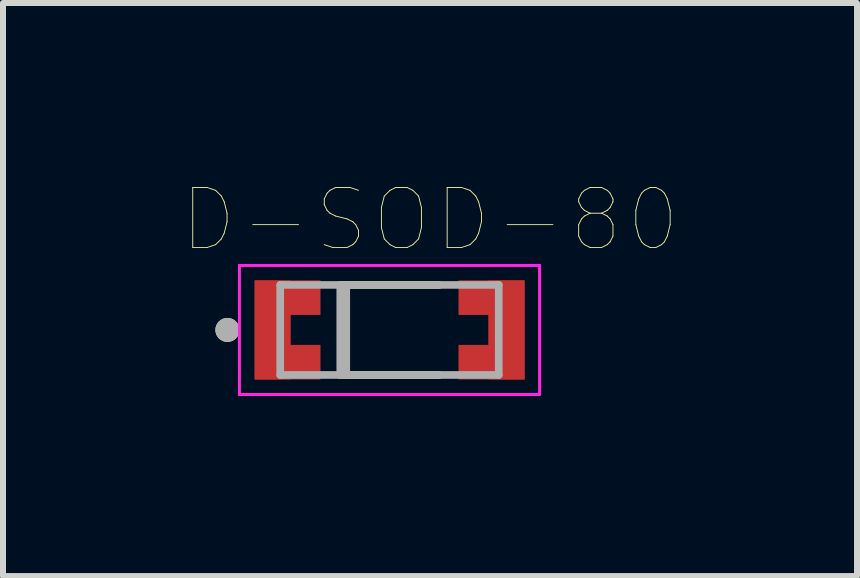
<source format=kicad_pcb>
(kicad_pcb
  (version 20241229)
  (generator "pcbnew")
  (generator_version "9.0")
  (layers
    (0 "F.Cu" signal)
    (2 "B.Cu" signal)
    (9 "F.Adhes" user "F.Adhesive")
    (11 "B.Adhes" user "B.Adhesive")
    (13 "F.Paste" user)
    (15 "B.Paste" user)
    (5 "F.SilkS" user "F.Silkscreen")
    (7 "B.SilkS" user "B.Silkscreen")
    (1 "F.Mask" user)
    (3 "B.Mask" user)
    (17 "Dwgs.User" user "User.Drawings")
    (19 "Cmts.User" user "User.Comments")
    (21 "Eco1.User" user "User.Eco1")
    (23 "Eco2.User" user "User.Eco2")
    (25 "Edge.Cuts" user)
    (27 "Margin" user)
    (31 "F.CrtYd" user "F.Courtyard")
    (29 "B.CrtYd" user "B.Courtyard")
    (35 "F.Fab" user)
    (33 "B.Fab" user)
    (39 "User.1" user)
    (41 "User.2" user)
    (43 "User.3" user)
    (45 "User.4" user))
  (footprint "D-SOD-80"
    (layer "F.Cu")
    (at 3.438 2.446)
    (property "Reference" "D-SOD-80" (at 0.675 -1.835 0) (layer "F.SilkS") (effects (font (size 1 1) (thickness 0.015))))
    (attr through_hole)
    (fp_poly (pts (xy -2.24 -0.825) (xy -1.15 -0.825) (xy -1.15 -0.25) (xy -1.65 -0.25) (xy -1.65 0.25) (xy -1.15 0.25) (xy -1.15 0.825) (xy -2.24 0.825)) (stroke (width 0.001) (type solid)) (fill yes) (layer "F.Cu"))
    (fp_poly (pts (xy 1.15 -0.825) (xy 2.25 -0.825) (xy 2.25 0.825) (xy 1.15 0.825) (xy 1.15 0.25) (xy 1.65 0.25) (xy 1.65 -0.25) (xy 1.15 -0.25)) (stroke (width 0.001) (type solid)) (fill yes) (layer "F.Cu"))
    (fp_poly (pts (xy -1.55 -0.925) (xy -1.05 -0.925) (xy -1.05 -0.15) (xy -1.55 -0.15)) (stroke (width 0.01) (type solid)) (fill yes) (layer "F.Mask"))
    (fp_poly (pts (xy -1.55 0.15) (xy -1.05 0.15) (xy -1.05 0.925) (xy -1.55 0.925)) (stroke (width 0.01) (type solid)) (fill yes) (layer "F.Mask"))
    (fp_poly (pts (xy 1.05 -0.925) (xy 1.55 -0.925) (xy 1.55 -0.15) (xy 1.05 -0.15)) (stroke (width 0.01) (type solid)) (fill yes) (layer "F.Mask"))
    (fp_poly (pts (xy 1.05 0.15) (xy 1.55 0.15) (xy 1.55 0.925) (xy 1.05 0.925)) (stroke (width 0.01) (type solid)) (fill yes) (layer "F.Mask"))
    (fp_line (start -0.83 -0.75) (end 0.83 -0.75) (stroke (width 0.127) (type solid)) (layer "F.SilkS"))
    (fp_line (start 0.83 0.75) (end -0.83 0.75) (stroke (width 0.127) (type solid)) (layer "F.SilkS"))
    (fp_circle (center -2.7 0) (end -2.6 0) (stroke (width 0.2) (type solid)) (fill no) (layer "F.SilkS"))
    (fp_poly (pts (xy -1.65 -0.825) (xy -1.15 -0.825) (xy -1.15 -0.25) (xy -1.65 -0.25)) (stroke (width 0.01) (type solid)) (fill yes) (layer "F.Paste"))
    (fp_poly (pts (xy -1.65 0.25) (xy -1.15 0.25) (xy -1.15 0.825) (xy -1.65 0.825)) (stroke (width 0.01) (type solid)) (fill yes) (layer "F.Paste"))
    (fp_poly (pts (xy -1.65 0.25) (xy -1.15 0.25) (xy -1.15 0.825) (xy -1.65 0.825)) (stroke (width 0.01) (type solid)) (fill yes) (layer "F.Paste"))
    (fp_poly (pts (xy 1.15 -0.825) (xy 1.65 -0.825) (xy 1.65 -0.25) (xy 1.15 -0.25)) (stroke (width 0.01) (type solid)) (fill yes) (layer "F.Paste"))
    (fp_poly (pts (xy 1.15 -0.825) (xy 1.65 -0.825) (xy 1.65 -0.25) (xy 1.15 -0.25)) (stroke (width 0.01) (type solid)) (fill yes) (layer "F.Paste"))
    (fp_poly (pts (xy 1.15 0.25) (xy 1.65 0.25) (xy 1.65 0.825) (xy 1.15 0.825)) (stroke (width 0.01) (type solid)) (fill yes) (layer "F.Paste"))
    (fp_line (start -2.5 -1.075) (end -2.5 1.075) (stroke (width 0.05) (type solid)) (layer "F.CrtYd"))
    (fp_line (start -2.5 -1.075) (end 2.5 -1.075) (stroke (width 0.05) (type solid)) (layer "F.CrtYd"))
    (fp_line (start 2.5 1.075) (end -2.5 1.075) (stroke (width 0.05) (type solid)) (layer "F.CrtYd"))
    (fp_line (start 2.5 1.075) (end 2.5 -1.075) (stroke (width 0.05) (type solid)) (layer "F.CrtYd"))
    (fp_line (start -1.82 -0.75) (end -1.82 0.75) (stroke (width 0.127) (type solid)) (layer "F.Fab"))
    (fp_line (start -1.82 -0.75) (end 1.82 -0.75) (stroke (width 0.127) (type solid)) (layer "F.Fab"))
    (fp_line (start -0.82 -0.75) (end -0.82 0.75) (stroke (width 0.127) (type solid)) (layer "F.Fab"))
    (fp_line (start -0.72 -0.75) (end -0.72 0.75) (stroke (width 0.127) (type solid)) (layer "F.Fab"))
    (fp_line (start 1.82 0.75) (end -1.82 0.75) (stroke (width 0.127) (type solid)) (layer "F.Fab"))
    (fp_line (start 1.82 0.75) (end 1.82 -0.75) (stroke (width 0.127) (type solid)) (layer "F.Fab"))
    (fp_circle (center -2.7 0) (end -2.6 0) (stroke (width 0.2) (type solid)) (fill no) (layer "F.Fab"))
    (pad "1" smd rect (at 1.95 0) (size 0.6 1.65) (layers "F.Cu" "F.Mask" "F.Paste"))
    (pad "2" smd rect (at -1.95 0) (size 0.6 1.65) (layers "F.Cu" "F.Mask" "F.Paste")))
  (gr_rect
    (start -3 -3)
    (end 11.226 6.546)
    (stroke (width 0.1) (type default))
    (fill no)
    (layer "Edge.Cuts")))
</source>
